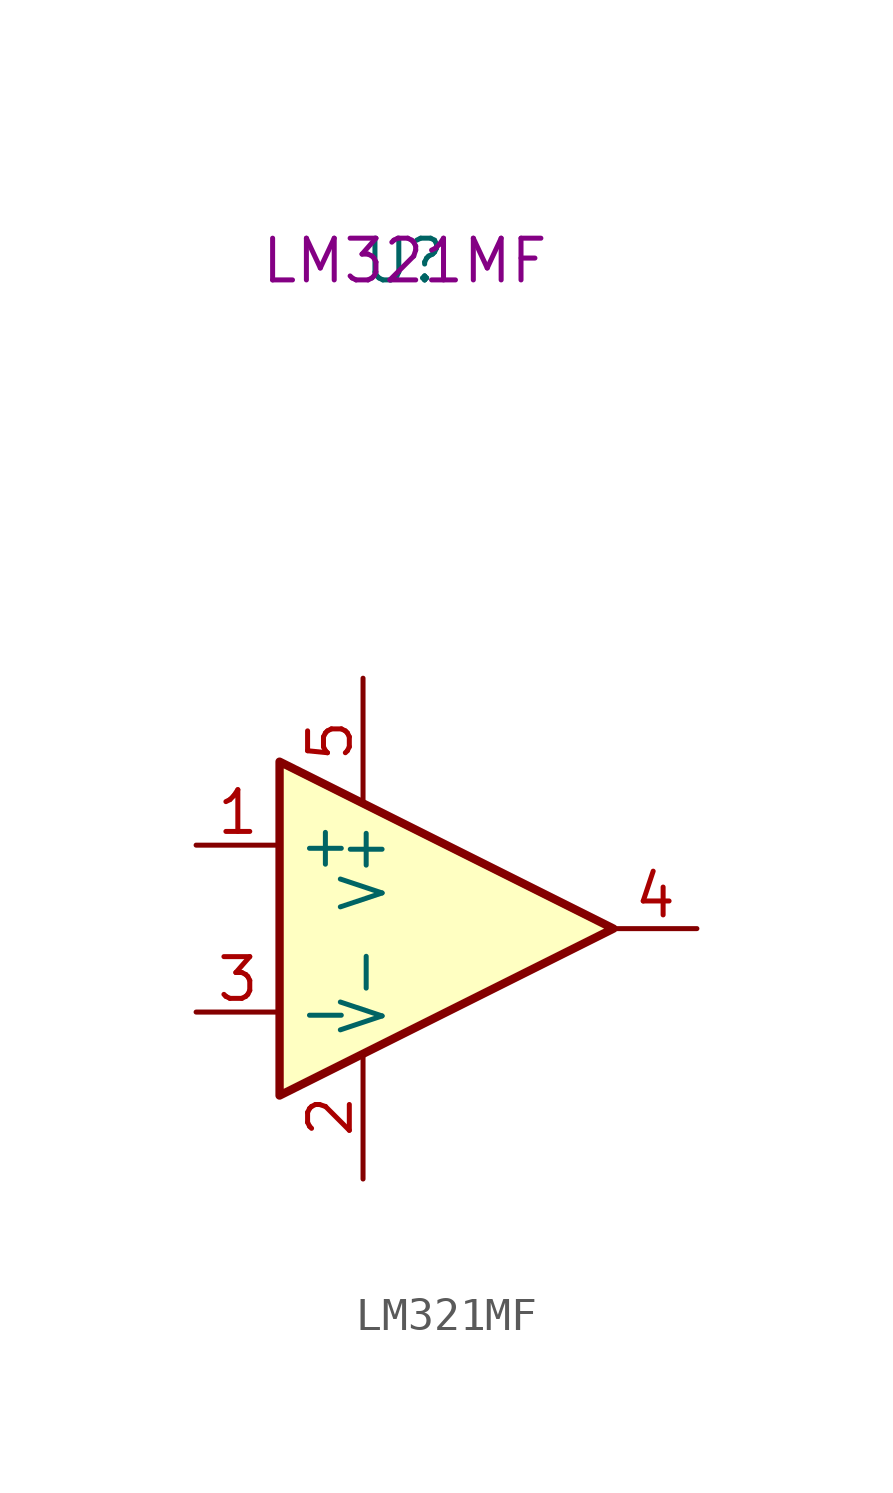
<source format=kicad_sym>
(kicad_symbol_lib
  (version 20211014)
  (generator kicad_symbol_editor)
  (symbol "LM321MF"
    (property "Reference" "U"
      (at 0 0 0)
      (effects (font (size 1.27 1.27))))
    (property "part_number" "LM321MF"
      (at 0 0 0)
      (effects (font (size 1.27 1.27))))
    (symbol "LM321MF_0_1"
      (polyline (pts (xy 6.35 -20.32) (xy -3.81 -15.24) (xy -3.81 -25.4) (xy 6.35 -20.32)) (stroke (width 0.254) (type default) (color 0 0 0 0)) (fill (type background))))
    (symbol "LM321MF_1_1"
      (pin input line (at -6.35 -17.78 0) (length 2.54) (name "+" (effects (font (size 1.27 1.27)))) (number "1" (effects (font (size 1.27 1.27)))))
      (pin power_in line (at -1.27 -27.94 90) (length 3.81) (name "V-" (effects (font (size 1.27 1.27)))) (number "2" (effects (font (size 1.27 1.27)))))
      (pin input line (at -6.35 -22.86 0) (length 2.54) (name "-" (effects (font (size 1.27 1.27)))) (number "3" (effects (font (size 1.27 1.27)))))
      (pin output line (at 8.89 -20.32 180) (length 2.54) (name "~" (effects (font (size 1.27 1.27)))) (number "4" (effects (font (size 1.27 1.27)))))
      (pin power_in line (at -1.27 -12.7 270) (length 3.81) (name "V+" (effects (font (size 1.27 1.27)))) (number "5" (effects (font (size 1.27 1.27))))))))
</source>
